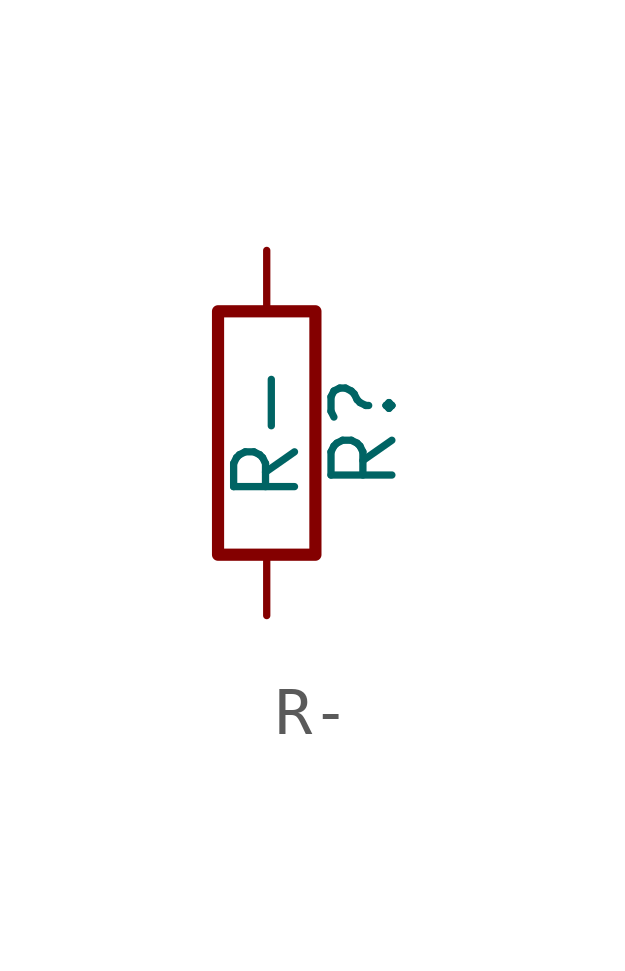
<source format=kicad_sym>
(kicad_symbol_lib
  (version 20220914)
  (generator kicad_symbol_editor)
  (symbol "R-"
    (pin_numbers hide)
    (pin_names
      (offset 0))
    (property "Reference" "R"
      (at 2.032 0 90)
      (effects (font (size 1.27 1.27))))
    (property "Value" "R-"
      (at 0 0 90)
      (effects (font (size 1.27 1.27))))
    (symbol "R-_0_1"
      (rectangle (start -1.016 -2.54) (end 1.016 2.54) (stroke (width 0.254) (type solid)) (fill (type none))))
    (symbol "R-_1_1"
      (pin passive line (at 0 3.81 270) (length 1.27) (name "~" (effects (font (size 1.27 1.27)))) (number "1" (effects (font (size 1.27 1.27)))))
      (pin passive line (at 0 -3.81 90) (length 1.27) (name "~" (effects (font (size 1.27 1.27)))) (number "2" (effects (font (size 1.27 1.27))))))))
</source>
